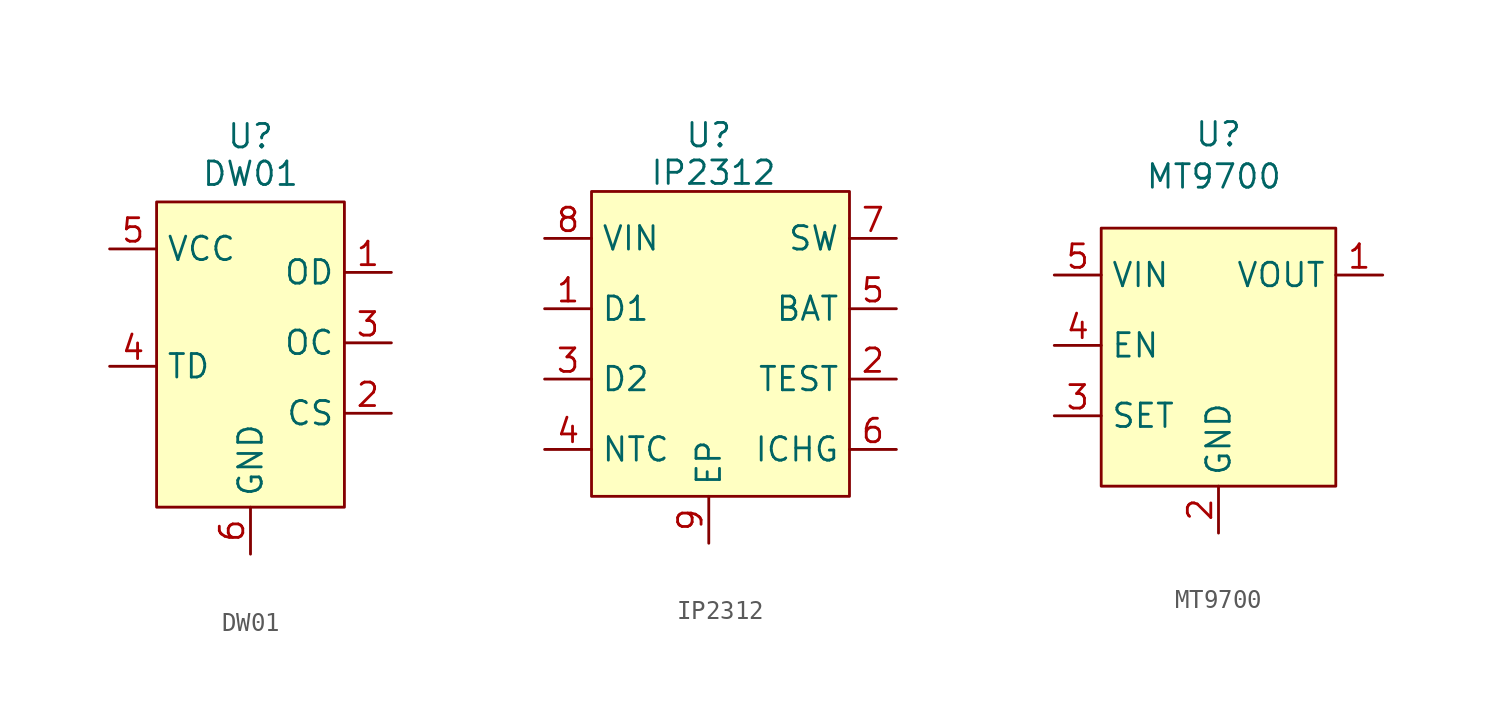
<source format=kicad_sym>
(kicad_symbol_lib
  (version 20231120)
  (generator "kicad_symbol_editor")
  (generator_version "8.0")
  (symbol "DW01"
    (property "Reference" "U"
      (at 0 11.176 0)
      (effects (font (size 1.27 1.27))))
    (property "Value" "DW01"
      (at 0 9.144 0)
      (effects (font (size 1.27 1.27))))
    (symbol "DW01_1_1"
      (rectangle (start -5.08 7.62) (end 5.08 -8.89) (stroke (width 0) (type default)) (fill (type background)))
      (pin output line (at 7.62 3.81 180) (length 2.54) (name "OD" (effects (font (size 1.27 1.27)))) (number "1" (effects (font (size 1.27 1.27)))))
      (pin input line (at 7.62 -3.81 180) (length 2.54) (name "CS" (effects (font (size 1.27 1.27)))) (number "2" (effects (font (size 1.27 1.27)))))
      (pin output line (at 7.62 0 180) (length 2.54) (name "OC" (effects (font (size 1.27 1.27)))) (number "3" (effects (font (size 1.27 1.27)))))
      (pin output line (at -7.62 -1.27 0) (length 2.54) (name "TD" (effects (font (size 1.27 1.27)))) (number "4" (effects (font (size 1.27 1.27)))))
      (pin power_in line (at -7.62 5.08 0) (length 2.54) (name "VCC" (effects (font (size 1.27 1.27)))) (number "5" (effects (font (size 1.27 1.27)))))
      (pin power_in line (at 0 -11.43 90) (length 2.54) (name "GND" (effects (font (size 1.27 1.27)))) (number "6" (effects (font (size 1.27 1.27)))))))
  (symbol "IP2312"
    (property "Reference" "U"
      (at 0 10.668 0)
      (effects (font (size 1.27 1.27))))
    (property "Value" "IP2312"
      (at 0.254 8.636 0)
      (effects (font (size 1.27 1.27))))
    (symbol "IP2312_1_1"
      (rectangle (start -6.35 7.62) (end 7.62 -8.89) (stroke (width 0) (type default)) (fill (type background)))
      (pin output line (at -8.89 1.27 0) (length 2.54) (name "D1" (effects (font (size 1.27 1.27)))) (number "1" (effects (font (size 1.27 1.27)))))
      (pin input line (at 10.16 -2.54 180) (length 2.54) (name "TEST" (effects (font (size 1.27 1.27)))) (number "2" (effects (font (size 1.27 1.27)))))
      (pin output line (at -8.89 -2.54 0) (length 2.54) (name "D2" (effects (font (size 1.27 1.27)))) (number "3" (effects (font (size 1.27 1.27)))))
      (pin input line (at -8.89 -6.35 0) (length 2.54) (name "NTC" (effects (font (size 1.27 1.27)))) (number "4" (effects (font (size 1.27 1.27)))))
      (pin power_in line (at 10.16 1.27 180) (length 2.54) (name "BAT" (effects (font (size 1.27 1.27)))) (number "5" (effects (font (size 1.27 1.27)))))
      (pin input line (at 10.16 -6.35 180) (length 2.54) (name "ICHG" (effects (font (size 1.27 1.27)))) (number "6" (effects (font (size 1.27 1.27)))))
      (pin power_out line (at 10.16 5.08 180) (length 2.54) (name "SW" (effects (font (size 1.27 1.27)))) (number "7" (effects (font (size 1.27 1.27)))))
      (pin power_in line (at -8.89 5.08 0) (length 2.54) (name "VIN" (effects (font (size 1.27 1.27)))) (number "8" (effects (font (size 1.27 1.27)))))
      (pin power_in line (at 0 -11.43 90) (length 2.54) (name "EP" (effects (font (size 1.27 1.27)))) (number "9" (effects (font (size 1.27 1.27)))))))
  (symbol "MT9700"
    (property "Reference" "U"
      (at 0 11.43 0)
      (effects (font (size 1.27 1.27))))
    (property "Value" "MT9700"
      (at -0.254 9.144 0)
      (effects (font (size 1.27 1.27))))
    (symbol "MT9700_1_1"
      (rectangle (start -6.35 6.35) (end 6.35 -7.62) (stroke (width 0) (type default)) (fill (type background)))
      (pin power_out line (at 8.89 3.81 180) (length 2.54) (name "VOUT" (effects (font (size 1.27 1.27)))) (number "1" (effects (font (size 1.27 1.27)))))
      (pin power_in line (at 0 -10.16 90) (length 2.54) (name "GND" (effects (font (size 1.27 1.27)))) (number "2" (effects (font (size 1.27 1.27)))))
      (pin input line (at -8.89 -3.81 0) (length 2.54) (name "SET" (effects (font (size 1.27 1.27)))) (number "3" (effects (font (size 1.27 1.27)))))
      (pin input line (at -8.89 0 0) (length 2.54) (name "EN" (effects (font (size 1.27 1.27)))) (number "4" (effects (font (size 1.27 1.27)))))
      (pin power_in line (at -8.89 3.81 0) (length 2.54) (name "VIN" (effects (font (size 1.27 1.27)))) (number "5" (effects (font (size 1.27 1.27))))))))
</source>
